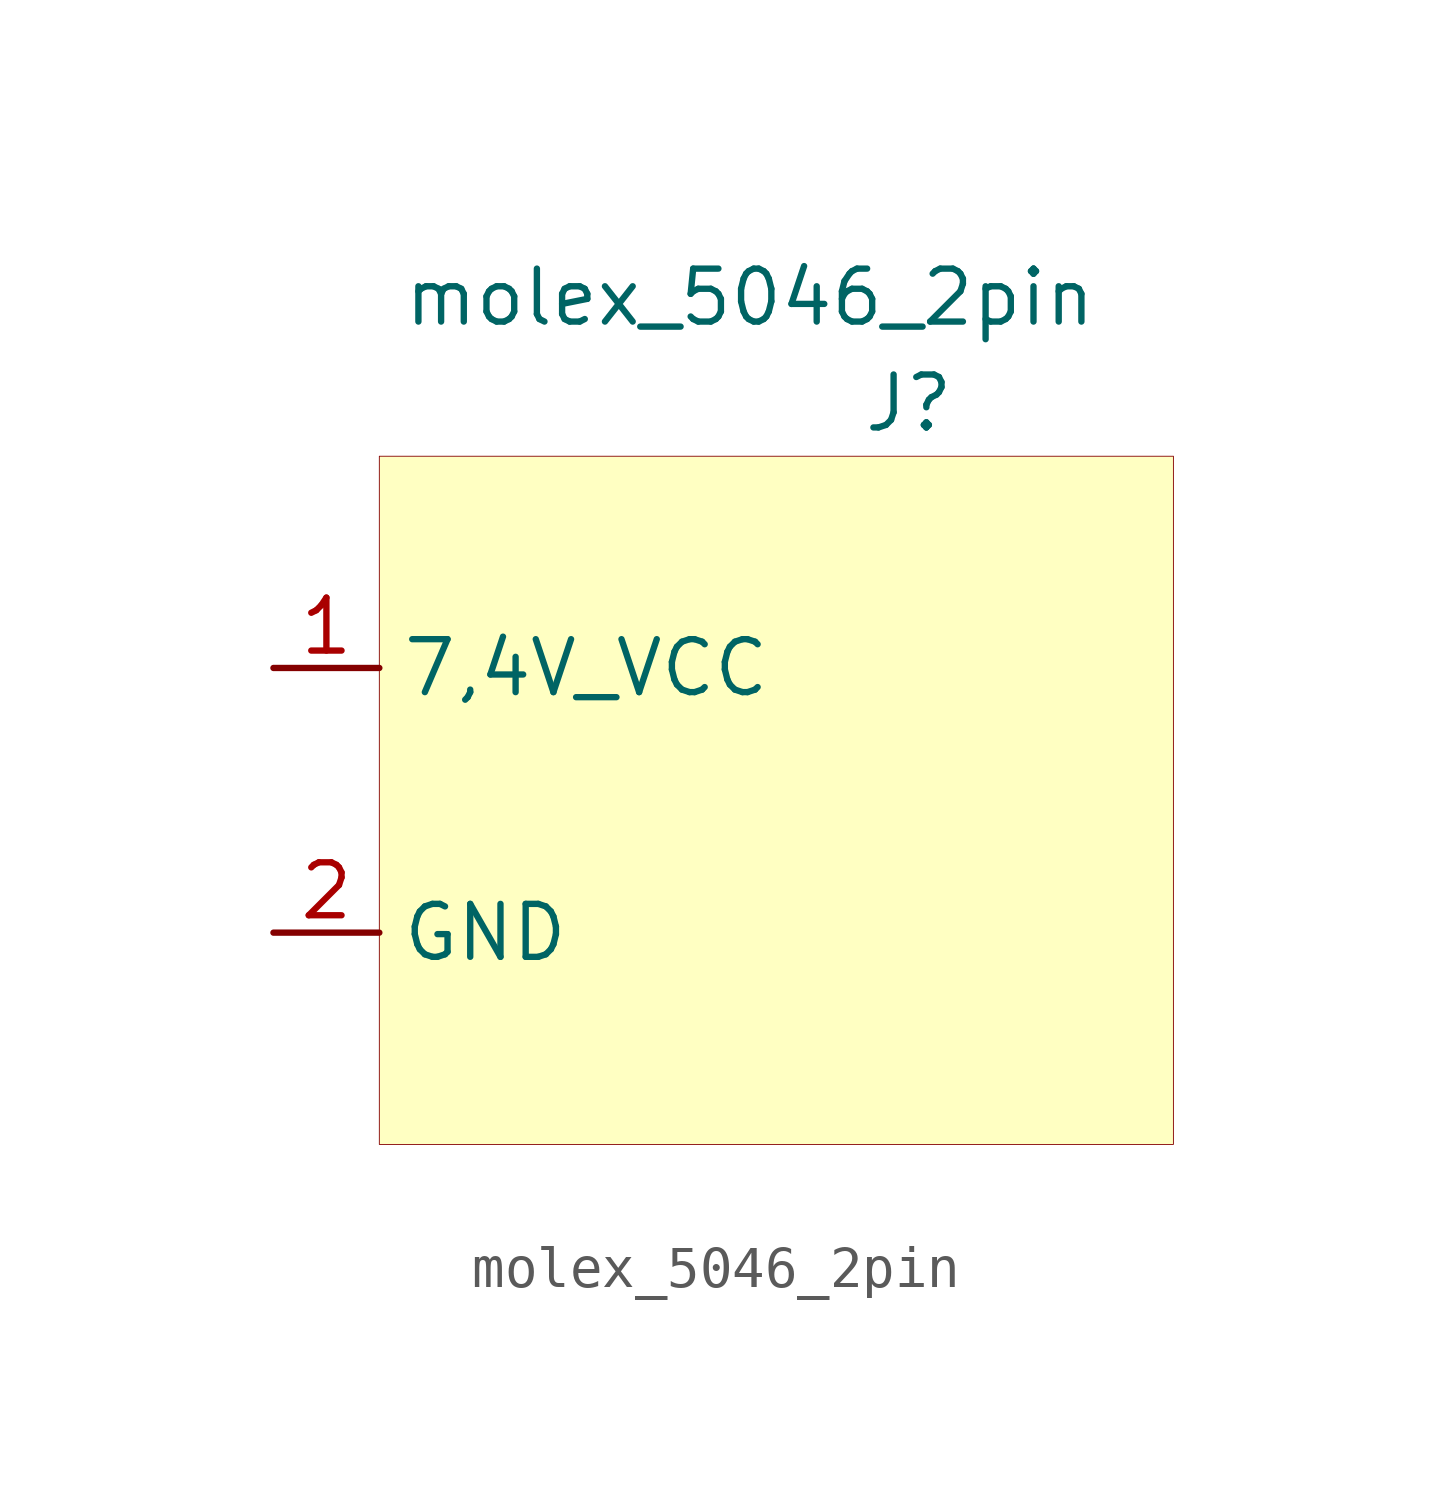
<source format=kicad_sym>
(kicad_symbol_lib
  (version 20201005)
  (generator kicad_symbol_editor)
  (symbol "molex_5046_2pin:molex_5046_2pin"
    (property "Reference" "J"
      (at 2.54 1.27 0)
      (effects (font (size 1.27 1.27))))
    (property "Value" "molex_5046_2pin"
      (at -1.27 3.81 0)
      (effects (font (size 1.27 1.27))))
    (symbol "molex_5046_2pin_0_1"
      (rectangle (start -10.16 0) (end 8.89 -16.51) (stroke (width 0.001)) (fill (type background))))
    (symbol "molex_5046_2pin_1_1"
      (pin input line (at -12.7 -5.08 0) (length 2.54) (name "7,4V_VCC" (effects (font (size 1.27 1.27)))) (number "1" (effects (font (size 1.27 1.27)))))
      (pin input line (at -12.7 -11.43 0) (length 2.54) (name "GND" (effects (font (size 1.27 1.27)))) (number "2" (effects (font (size 1.27 1.27))))))))
</source>
